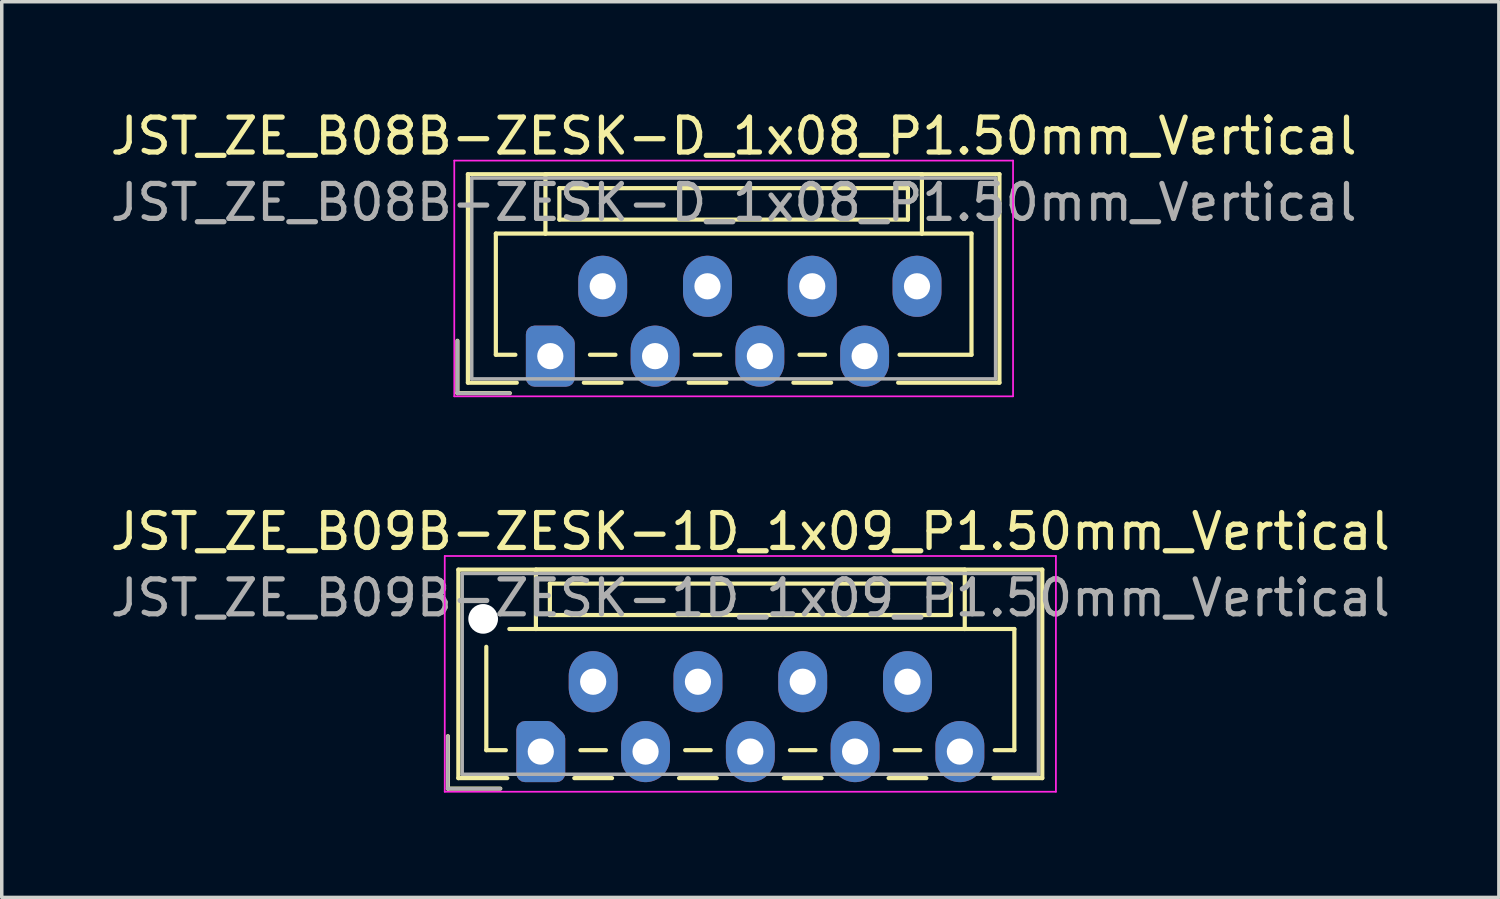
<source format=kicad_pcb>
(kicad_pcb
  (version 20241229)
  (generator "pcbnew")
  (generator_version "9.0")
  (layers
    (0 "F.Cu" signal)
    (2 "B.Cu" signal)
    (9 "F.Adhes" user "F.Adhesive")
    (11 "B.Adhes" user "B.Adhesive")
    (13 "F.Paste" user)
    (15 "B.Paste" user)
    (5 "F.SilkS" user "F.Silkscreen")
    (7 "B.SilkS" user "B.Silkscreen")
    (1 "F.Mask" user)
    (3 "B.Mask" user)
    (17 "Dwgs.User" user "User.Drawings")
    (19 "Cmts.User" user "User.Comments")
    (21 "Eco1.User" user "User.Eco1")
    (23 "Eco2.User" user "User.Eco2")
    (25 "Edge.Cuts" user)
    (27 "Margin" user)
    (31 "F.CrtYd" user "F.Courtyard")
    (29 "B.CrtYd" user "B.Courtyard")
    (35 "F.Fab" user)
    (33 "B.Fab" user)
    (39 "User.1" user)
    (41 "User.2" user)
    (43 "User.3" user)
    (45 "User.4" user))
  (footprint "JST_ZE_B08B-ZESK-D_1x08_P1.50mm_Vertical"
    (layer "F.Cu")
    (at 12.708 7.148)
    (property "Reference" "JST_ZE_B08B-ZESK-D_1x08_P1.50mm_Vertical" (at 5.25 -6.3 0) (layer "F.SilkS") (effects (font (size 1 1) (thickness 0.15))))
    (attr through_hole)
    (fp_line (start -2.66 -0.44) (end -2.66 1.06) (stroke (width 0.12) (type solid)) (layer "F.SilkS"))
    (fp_line (start -2.66 1.06) (end -1.16 1.06) (stroke (width 0.12) (type solid)) (layer "F.SilkS"))
    (fp_line (start -2.36 -5.21) (end 12.86 -5.21) (stroke (width 0.12) (type solid)) (layer "F.SilkS"))
    (fp_line (start -2.36 0.76) (end -2.36 -5.21) (stroke (width 0.12) (type solid)) (layer "F.SilkS"))
    (fp_line (start -1.56 -3.51) (end -1.56 -0.04) (stroke (width 0.12) (type solid)) (layer "F.SilkS"))
    (fp_line (start -1.56 -0.04) (end -1 -0.04) (stroke (width 0.12) (type solid)) (layer "F.SilkS"))
    (fp_line (start -0.96 0.76) (end -2.36 0.76) (stroke (width 0.12) (type solid)) (layer "F.SilkS"))
    (fp_line (start -0.14 -5.21) (end -0.14 -3.51) (stroke (width 0.12) (type solid)) (layer "F.SilkS"))
    (fp_line (start -0.14 -3.51) (end -1.56 -3.51) (stroke (width 0.12) (type solid)) (layer "F.SilkS"))
    (fp_line (start -0.14 -3.51) (end 10.64 -3.51) (stroke (width 0.12) (type solid)) (layer "F.SilkS"))
    (fp_line (start 0.26 -4.81) (end 0.26 -3.91) (stroke (width 0.12) (type solid)) (layer "F.SilkS"))
    (fp_line (start 0.26 -3.91) (end 10.24 -3.91) (stroke (width 0.12) (type solid)) (layer "F.SilkS"))
    (fp_line (start 0.96 0.76) (end 2.04 0.76) (stroke (width 0.12) (type solid)) (layer "F.SilkS"))
    (fp_line (start 1.135 -0.04) (end 1.865 -0.04) (stroke (width 0.12) (type solid)) (layer "F.SilkS"))
    (fp_line (start 3.96 0.76) (end 5.04 0.76) (stroke (width 0.12) (type solid)) (layer "F.SilkS"))
    (fp_line (start 4.135 -0.04) (end 4.865 -0.04) (stroke (width 0.12) (type solid)) (layer "F.SilkS"))
    (fp_line (start 6.96 0.76) (end 8.04 0.76) (stroke (width 0.12) (type solid)) (layer "F.SilkS"))
    (fp_line (start 7.135 -0.04) (end 7.865 -0.04) (stroke (width 0.12) (type solid)) (layer "F.SilkS"))
    (fp_line (start 10.24 -4.81) (end 0.26 -4.81) (stroke (width 0.12) (type solid)) (layer "F.SilkS"))
    (fp_line (start 10.24 -3.91) (end 10.24 -4.81) (stroke (width 0.12) (type solid)) (layer "F.SilkS"))
    (fp_line (start 10.64 -5.21) (end -0.14 -5.21) (stroke (width 0.12) (type solid)) (layer "F.SilkS"))
    (fp_line (start 10.64 -3.51) (end 10.64 -5.21) (stroke (width 0.12) (type solid)) (layer "F.SilkS"))
    (fp_line (start 10.64 -3.51) (end 12.06 -3.51) (stroke (width 0.12) (type solid)) (layer "F.SilkS"))
    (fp_line (start 12.06 -3.51) (end 12.06 -0.04) (stroke (width 0.12) (type solid)) (layer "F.SilkS"))
    (fp_line (start 12.06 -0.04) (end 10 -0.04) (stroke (width 0.12) (type solid)) (layer "F.SilkS"))
    (fp_line (start 12.86 -5.21) (end 12.86 0.76) (stroke (width 0.12) (type solid)) (layer "F.SilkS"))
    (fp_line (start 12.86 0.76) (end 9.96 0.76) (stroke (width 0.12) (type solid)) (layer "F.SilkS"))
    (fp_line (start -2.75 -5.6) (end -2.75 1.15) (stroke (width 0.05) (type solid)) (layer "F.CrtYd"))
    (fp_line (start -2.75 1.15) (end 13.25 1.15) (stroke (width 0.05) (type solid)) (layer "F.CrtYd"))
    (fp_line (start 13.25 -5.6) (end -2.75 -5.6) (stroke (width 0.05) (type solid)) (layer "F.CrtYd"))
    (fp_line (start 13.25 1.15) (end 13.25 -5.6) (stroke (width 0.05) (type solid)) (layer "F.CrtYd"))
    (fp_line (start -2.66 -0.44) (end -2.66 1.06) (stroke (width 0.1) (type solid)) (layer "F.Fab"))
    (fp_line (start -2.66 1.06) (end -1.16 1.06) (stroke (width 0.1) (type solid)) (layer "F.Fab"))
    (fp_line (start -2.25 -5.1) (end -2.25 0.65) (stroke (width 0.1) (type solid)) (layer "F.Fab"))
    (fp_line (start -2.25 0.65) (end 12.75 0.65) (stroke (width 0.1) (type solid)) (layer "F.Fab"))
    (fp_line (start 12.75 -5.1) (end -2.25 -5.1) (stroke (width 0.1) (type solid)) (layer "F.Fab"))
    (fp_line (start 12.75 0.65) (end 12.75 -5.1) (stroke (width 0.1) (type solid)) (layer "F.Fab"))
    (fp_text user "${REFERENCE}" (at 5.25 -4.4 0) (layer "F.Fab") (effects (font (size 1 1) (thickness 0.15))))
    (pad "1" thru_hole custom (at 0 0) (size 1.117 1.117) (drill 0.75) (layers "*.Cu" "*.Mask") (options (anchor circle)) (primitives (gr_poly (pts (xy -0.45 -0.625) (xy 0.196 -0.625) (xy 0.45 -0.371) (xy 0.45 0.625) (xy -0.45 0.625)) (width 0.5) (fill yes))))
    (pad "2" thru_hole oval (at 1.5 -2) (size 1.4 1.75) (drill 0.75) (layers "*.Cu" "*.Mask"))
    (pad "3" thru_hole oval (at 3 0) (size 1.4 1.75) (drill 0.75) (layers "*.Cu" "*.Mask"))
    (pad "4" thru_hole oval (at 4.5 -2) (size 1.4 1.75) (drill 0.75) (layers "*.Cu" "*.Mask"))
    (pad "5" thru_hole oval (at 6 0) (size 1.4 1.75) (drill 0.75) (layers "*.Cu" "*.Mask"))
    (pad "6" thru_hole oval (at 7.5 -2) (size 1.4 1.75) (drill 0.75) (layers "*.Cu" "*.Mask"))
    (pad "7" thru_hole oval (at 9 0) (size 1.4 1.75) (drill 0.75) (layers "*.Cu" "*.Mask"))
    (pad "8" thru_hole oval (at 10.5 -2) (size 1.4 1.75) (drill 0.75) (layers "*.Cu" "*.Mask")))
  (footprint "JST_ZE_B09B-ZESK-1D_1x09_P1.50mm_Vertical"
    (layer "F.Cu")
    (at 12.435 18.471)
    (property "Reference" "JST_ZE_B09B-ZESK-1D_1x09_P1.50mm_Vertical" (at 6 -6.3 0) (layer "F.SilkS") (effects (font (size 1 1) (thickness 0.15))))
    (attr through_hole)
    (fp_line (start -2.66 -0.44) (end -2.66 1.06) (stroke (width 0.12) (type solid)) (layer "F.SilkS"))
    (fp_line (start -2.66 1.06) (end -1.16 1.06) (stroke (width 0.12) (type solid)) (layer "F.SilkS"))
    (fp_line (start -2.36 -5.21) (end 14.36 -5.21) (stroke (width 0.12) (type solid)) (layer "F.SilkS"))
    (fp_line (start -2.36 0.76) (end -2.36 -5.21) (stroke (width 0.12) (type solid)) (layer "F.SilkS"))
    (fp_line (start -1.56 -3) (end -1.56 -0.04) (stroke (width 0.12) (type solid)) (layer "F.SilkS"))
    (fp_line (start -1.56 -0.04) (end -1 -0.04) (stroke (width 0.12) (type solid)) (layer "F.SilkS"))
    (fp_line (start -0.96 0.76) (end -2.36 0.76) (stroke (width 0.12) (type solid)) (layer "F.SilkS"))
    (fp_line (start -0.14 -5.21) (end -0.14 -3.51) (stroke (width 0.12) (type solid)) (layer "F.SilkS"))
    (fp_line (start -0.14 -3.51) (end -0.9 -3.51) (stroke (width 0.12) (type solid)) (layer "F.SilkS"))
    (fp_line (start -0.14 -3.51) (end 12.14 -3.51) (stroke (width 0.12) (type solid)) (layer "F.SilkS"))
    (fp_line (start 0.26 -4.81) (end 0.26 -3.91) (stroke (width 0.12) (type solid)) (layer "F.SilkS"))
    (fp_line (start 0.26 -3.91) (end 11.74 -3.91) (stroke (width 0.12) (type solid)) (layer "F.SilkS"))
    (fp_line (start 0.96 0.76) (end 2.04 0.76) (stroke (width 0.12) (type solid)) (layer "F.SilkS"))
    (fp_line (start 1.135 -0.04) (end 1.865 -0.04) (stroke (width 0.12) (type solid)) (layer "F.SilkS"))
    (fp_line (start 3.96 0.76) (end 5.04 0.76) (stroke (width 0.12) (type solid)) (layer "F.SilkS"))
    (fp_line (start 4.135 -0.04) (end 4.865 -0.04) (stroke (width 0.12) (type solid)) (layer "F.SilkS"))
    (fp_line (start 6.96 0.76) (end 8.04 0.76) (stroke (width 0.12) (type solid)) (layer "F.SilkS"))
    (fp_line (start 7.135 -0.04) (end 7.865 -0.04) (stroke (width 0.12) (type solid)) (layer "F.SilkS"))
    (fp_line (start 9.96 0.76) (end 11.04 0.76) (stroke (width 0.12) (type solid)) (layer "F.SilkS"))
    (fp_line (start 10.135 -0.04) (end 10.865 -0.04) (stroke (width 0.12) (type solid)) (layer "F.SilkS"))
    (fp_line (start 11.74 -4.81) (end 0.26 -4.81) (stroke (width 0.12) (type solid)) (layer "F.SilkS"))
    (fp_line (start 11.74 -3.91) (end 11.74 -4.81) (stroke (width 0.12) (type solid)) (layer "F.SilkS"))
    (fp_line (start 12.14 -5.21) (end -0.14 -5.21) (stroke (width 0.12) (type solid)) (layer "F.SilkS"))
    (fp_line (start 12.14 -3.51) (end 12.14 -5.21) (stroke (width 0.12) (type solid)) (layer "F.SilkS"))
    (fp_line (start 12.14 -3.51) (end 13.56 -3.51) (stroke (width 0.12) (type solid)) (layer "F.SilkS"))
    (fp_line (start 13.56 -3.51) (end 13.56 -0.04) (stroke (width 0.12) (type solid)) (layer "F.SilkS"))
    (fp_line (start 13.56 -0.04) (end 13 -0.04) (stroke (width 0.12) (type solid)) (layer "F.SilkS"))
    (fp_line (start 14.36 -5.21) (end 14.36 0.76) (stroke (width 0.12) (type solid)) (layer "F.SilkS"))
    (fp_line (start 14.36 0.76) (end 12.96 0.76) (stroke (width 0.12) (type solid)) (layer "F.SilkS"))
    (fp_line (start -2.75 -5.6) (end -2.75 1.15) (stroke (width 0.05) (type solid)) (layer "F.CrtYd"))
    (fp_line (start -2.75 1.15) (end 14.75 1.15) (stroke (width 0.05) (type solid)) (layer "F.CrtYd"))
    (fp_line (start 14.75 -5.6) (end -2.75 -5.6) (stroke (width 0.05) (type solid)) (layer "F.CrtYd"))
    (fp_line (start 14.75 1.15) (end 14.75 -5.6) (stroke (width 0.05) (type solid)) (layer "F.CrtYd"))
    (fp_line (start -2.66 -0.44) (end -2.66 1.06) (stroke (width 0.1) (type solid)) (layer "F.Fab"))
    (fp_line (start -2.66 1.06) (end -1.16 1.06) (stroke (width 0.1) (type solid)) (layer "F.Fab"))
    (fp_line (start -2.25 -5.1) (end -2.25 0.65) (stroke (width 0.1) (type solid)) (layer "F.Fab"))
    (fp_line (start -2.25 0.65) (end 14.25 0.65) (stroke (width 0.1) (type solid)) (layer "F.Fab"))
    (fp_line (start 14.25 -5.1) (end -2.25 -5.1) (stroke (width 0.1) (type solid)) (layer "F.Fab"))
    (fp_line (start 14.25 0.65) (end 14.25 -5.1) (stroke (width 0.1) (type solid)) (layer "F.Fab"))
    (fp_text user "${REFERENCE}" (at 6 -4.4 0) (layer "F.Fab") (effects (font (size 1 1) (thickness 0.15))))
    (pad "" np_thru_hole circle (at -1.65 -3.8) (size 0.85 0.85) (drill 0.85) (layers "*.Cu" "*.Mask"))
    (pad "1" thru_hole custom (at 0 0) (size 1.117 1.117) (drill 0.75) (layers "*.Cu" "*.Mask") (options (anchor circle)) (primitives (gr_poly (pts (xy -0.45 -0.625) (xy 0.196 -0.625) (xy 0.45 -0.371) (xy 0.45 0.625) (xy -0.45 0.625)) (width 0.5) (fill yes))))
    (pad "2" thru_hole oval (at 1.5 -2) (size 1.4 1.75) (drill 0.75) (layers "*.Cu" "*.Mask"))
    (pad "3" thru_hole oval (at 3 0) (size 1.4 1.75) (drill 0.75) (layers "*.Cu" "*.Mask"))
    (pad "4" thru_hole oval (at 4.5 -2) (size 1.4 1.75) (drill 0.75) (layers "*.Cu" "*.Mask"))
    (pad "5" thru_hole oval (at 6 0) (size 1.4 1.75) (drill 0.75) (layers "*.Cu" "*.Mask"))
    (pad "6" thru_hole oval (at 7.5 -2) (size 1.4 1.75) (drill 0.75) (layers "*.Cu" "*.Mask"))
    (pad "7" thru_hole oval (at 9 0) (size 1.4 1.75) (drill 0.75) (layers "*.Cu" "*.Mask"))
    (pad "8" thru_hole oval (at 10.5 -2) (size 1.4 1.75) (drill 0.75) (layers "*.Cu" "*.Mask"))
    (pad "9" thru_hole oval (at 12 0) (size 1.4 1.75) (drill 0.75) (layers "*.Cu" "*.Mask")))
  (gr_rect
    (start -3 -3)
    (end 39.869 22.646)
    (stroke (width 0.1) (type default))
    (fill no)
    (layer "Edge.Cuts")))
</source>
